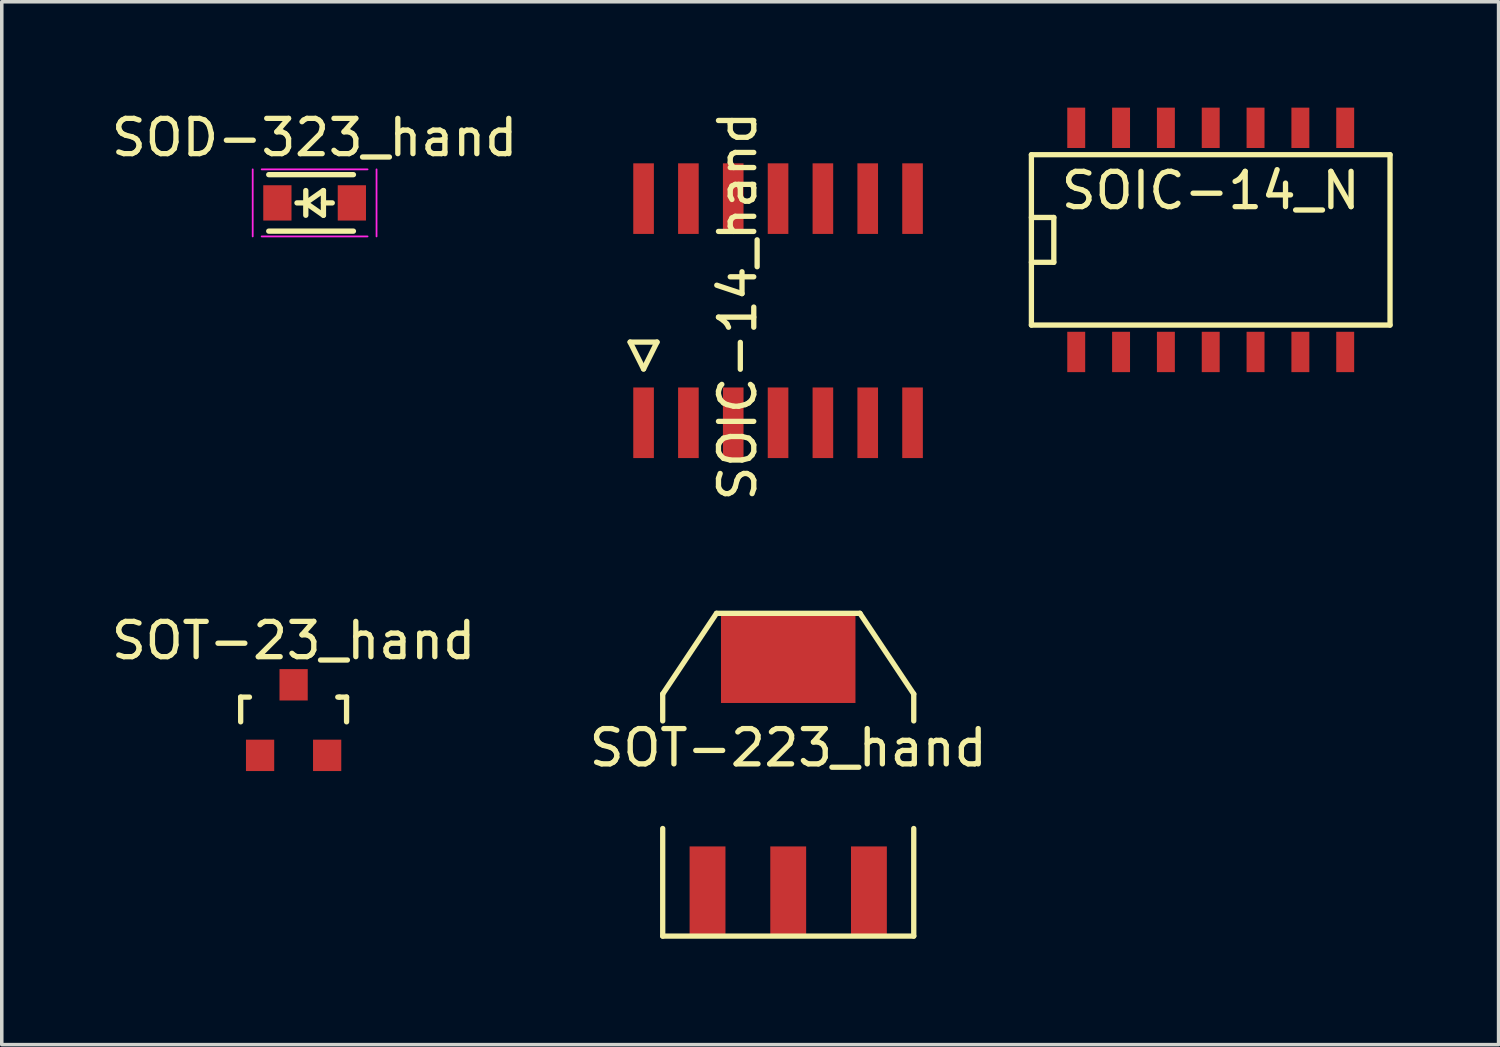
<source format=kicad_pcb>
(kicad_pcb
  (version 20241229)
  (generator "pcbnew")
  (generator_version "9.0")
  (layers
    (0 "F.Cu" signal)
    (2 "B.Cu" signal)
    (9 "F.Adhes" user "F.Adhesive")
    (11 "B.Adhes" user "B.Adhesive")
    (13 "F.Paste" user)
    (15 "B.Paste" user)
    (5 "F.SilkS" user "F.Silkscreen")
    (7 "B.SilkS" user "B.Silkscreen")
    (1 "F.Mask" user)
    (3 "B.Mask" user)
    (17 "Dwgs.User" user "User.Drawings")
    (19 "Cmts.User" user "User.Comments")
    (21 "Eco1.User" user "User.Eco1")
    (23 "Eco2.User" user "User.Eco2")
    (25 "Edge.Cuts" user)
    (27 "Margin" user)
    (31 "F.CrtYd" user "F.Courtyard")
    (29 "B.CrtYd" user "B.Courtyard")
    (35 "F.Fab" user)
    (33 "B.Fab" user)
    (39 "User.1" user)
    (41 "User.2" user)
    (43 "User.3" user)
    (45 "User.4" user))
  (footprint "SOIC-14_hand"
    (layer "F.Cu")
    (at 18.992 5.625)
    (property "Reference" "SOIC-14_hand" (at -1.143 0 270) (layer "F.SilkS") (effects (font (size 1 1) (thickness 0.15))))
    (attr smd)
    (fp_line (start -4.191 1.016) (end -3.429 1.016) (stroke (width 0.15) (type solid)) (layer "F.SilkS"))
    (fp_line (start -3.81 1.778) (end -4.191 1.016) (stroke (width 0.15) (type solid)) (layer "F.SilkS"))
    (fp_line (start -3.429 1.016) (end -3.81 1.778) (stroke (width 0.15) (type solid)) (layer "F.SilkS"))
    (pad "1" smd rect (at -3.81 3.302) (size 0.584 2) (layers "F.Cu" "F.Mask" "F.Paste"))
    (pad "2" smd rect (at -2.54 3.302) (size 0.584 2) (layers "F.Cu" "F.Mask" "F.Paste"))
    (pad "3" smd rect (at -1.27 3.302) (size 0.584 2) (layers "F.Cu" "F.Mask" "F.Paste"))
    (pad "4" smd rect (at 0 3.302) (size 0.584 2) (layers "F.Cu" "F.Mask" "F.Paste"))
    (pad "5" smd rect (at 1.27 3.302) (size 0.584 2) (layers "F.Cu" "F.Mask" "F.Paste"))
    (pad "6" smd rect (at 2.54 3.302) (size 0.584 2) (layers "F.Cu" "F.Mask" "F.Paste"))
    (pad "7" smd rect (at 3.81 3.302) (size 0.584 2) (layers "F.Cu" "F.Mask" "F.Paste"))
    (pad "8" smd rect (at 3.81 -3.048) (size 0.584 2) (layers "F.Cu" "F.Mask" "F.Paste"))
    (pad "9" smd rect (at 2.54 -3.048) (size 0.584 2) (layers "F.Cu" "F.Mask" "F.Paste"))
    (pad "10" smd rect (at 1.27 -3.048) (size 0.584 2) (layers "F.Cu" "F.Mask" "F.Paste"))
    (pad "11" smd rect (at 0 -3.048) (size 0.584 2) (layers "F.Cu" "F.Mask" "F.Paste"))
    (pad "12" smd rect (at -1.27 -3.048) (size 0.584 2) (layers "F.Cu" "F.Mask" "F.Paste"))
    (pad "13" smd rect (at -2.54 -3.048) (size 0.584 2) (layers "F.Cu" "F.Mask" "F.Paste"))
    (pad "14" smd rect (at -3.81 -3.048) (size 0.584 2) (layers "F.Cu" "F.Mask" "F.Paste")))
  (footprint "SOIC-14_N"
    (layer "F.Cu")
    (at 31.249 3.619)
    (property "Reference" "SOIC-14_N" (at 0 -1.27 0) (layer "F.SilkS") (effects (font (size 1 1) (thickness 0.15))))
    (attr smd)
    (fp_line (start -5.08 -2.286) (end 5.08 -2.286) (stroke (width 0.15) (type solid)) (layer "F.SilkS"))
    (fp_line (start -5.08 -0.508) (end -4.445 -0.508) (stroke (width 0.15) (type solid)) (layer "F.SilkS"))
    (fp_line (start -5.08 2.54) (end -5.08 -2.286) (stroke (width 0.15) (type solid)) (layer "F.SilkS"))
    (fp_line (start -4.445 -0.508) (end -4.445 0.762) (stroke (width 0.15) (type solid)) (layer "F.SilkS"))
    (fp_line (start -4.445 0.762) (end -5.08 0.762) (stroke (width 0.15) (type solid)) (layer "F.SilkS"))
    (fp_line (start 5.08 -2.286) (end 5.08 2.54) (stroke (width 0.15) (type solid)) (layer "F.SilkS"))
    (fp_line (start 5.08 2.54) (end -5.08 2.54) (stroke (width 0.15) (type solid)) (layer "F.SilkS"))
    (pad "1" smd rect (at -3.81 3.302) (size 0.508 1.143) (layers "F.Cu" "F.Mask" "F.Paste"))
    (pad "2" smd rect (at -2.54 3.302) (size 0.508 1.143) (layers "F.Cu" "F.Mask" "F.Paste"))
    (pad "3" smd rect (at -1.27 3.302) (size 0.508 1.143) (layers "F.Cu" "F.Mask" "F.Paste"))
    (pad "4" smd rect (at 0 3.302) (size 0.508 1.143) (layers "F.Cu" "F.Mask" "F.Paste"))
    (pad "5" smd rect (at 1.27 3.302) (size 0.508 1.143) (layers "F.Cu" "F.Mask" "F.Paste"))
    (pad "6" smd rect (at 2.54 3.302) (size 0.508 1.143) (layers "F.Cu" "F.Mask" "F.Paste"))
    (pad "7" smd rect (at 3.81 3.302) (size 0.508 1.143) (layers "F.Cu" "F.Mask" "F.Paste"))
    (pad "8" smd rect (at 3.81 -3.048) (size 0.508 1.143) (layers "F.Cu" "F.Mask" "F.Paste"))
    (pad "9" smd rect (at 2.54 -3.048) (size 0.508 1.143) (layers "F.Cu" "F.Mask" "F.Paste"))
    (pad "10" smd rect (at 1.27 -3.048) (size 0.508 1.143) (layers "F.Cu" "F.Mask" "F.Paste"))
    (pad "11" smd rect (at 0 -3.048) (size 0.508 1.143) (layers "F.Cu" "F.Mask" "F.Paste"))
    (pad "12" smd rect (at -1.27 -3.048) (size 0.508 1.143) (layers "F.Cu" "F.Mask" "F.Paste"))
    (pad "13" smd rect (at -2.54 -3.048) (size 0.508 1.143) (layers "F.Cu" "F.Mask" "F.Paste"))
    (pad "14" smd rect (at -3.81 -3.048) (size 0.508 1.143) (layers "F.Cu" "F.Mask" "F.Paste")))
  (footprint "SOT-223_hand"
    (layer "F.Cu")
    (at 19.28 18.897)
    (property "Reference" "SOT-223_hand" (at 0 -0.762 0) (layer "F.SilkS") (effects (font (size 1 1) (thickness 0.15))))
    (attr smd)
    (fp_line (start -3.556 -2.286) (end -2.032 -4.572) (stroke (width 0.15) (type solid)) (layer "F.SilkS"))
    (fp_line (start -3.556 -1.524) (end -3.556 -2.286) (stroke (width 0.15) (type solid)) (layer "F.SilkS"))
    (fp_line (start -3.556 1.524) (end -3.556 4.572) (stroke (width 0.15) (type solid)) (layer "F.SilkS"))
    (fp_line (start -3.556 4.572) (end 3.556 4.572) (stroke (width 0.15) (type solid)) (layer "F.SilkS"))
    (fp_line (start -2.032 -4.572) (end 2.032 -4.572) (stroke (width 0.15) (type solid)) (layer "F.SilkS"))
    (fp_line (start 2.032 -4.572) (end 3.556 -2.286) (stroke (width 0.15) (type solid)) (layer "F.SilkS"))
    (fp_line (start 3.556 -2.286) (end 3.556 -1.524) (stroke (width 0.15) (type solid)) (layer "F.SilkS"))
    (fp_line (start 3.556 4.572) (end 3.556 1.524) (stroke (width 0.15) (type solid)) (layer "F.SilkS"))
    (pad "1" smd rect (at -2.286 3.302) (size 1.016 2.54) (layers "F.Cu" "F.Mask" "F.Paste"))
    (pad "2" smd rect (at 0 -3.302) (size 3.81 2.54) (layers "F.Cu" "F.Mask" "F.Paste"))
    (pad "2" smd rect (at 0 3.302) (size 1.016 2.54) (layers "F.Cu" "F.Mask" "F.Paste"))
    (pad "3" smd rect (at 2.286 3.302) (size 1.016 2.54) (layers "F.Cu" "F.Mask" "F.Paste")))
  (footprint "SOD-323_hand"
    (layer "F.Cu")
    (at 5.863 2.698)
    (property "Reference" "SOD-323_hand" (at 0 -1.85 0) (layer "F.SilkS") (effects (font (size 1 1) (thickness 0.15))))
    (attr smd)
    (fp_line (start -1.3 -0.8) (end 1.1 -0.8) (stroke (width 0.15) (type solid)) (layer "F.SilkS"))
    (fp_line (start -1.3 0.8) (end 1.1 0.8) (stroke (width 0.15) (type solid)) (layer "F.SilkS"))
    (fp_line (start -0.25 -0.35) (end -0.25 0.35) (stroke (width 0.15) (type solid)) (layer "F.SilkS"))
    (fp_line (start -0.25 0) (end -0.5 0) (stroke (width 0.15) (type solid)) (layer "F.SilkS"))
    (fp_line (start -0.25 0) (end 0.25 -0.35) (stroke (width 0.15) (type solid)) (layer "F.SilkS"))
    (fp_line (start 0.25 -0.35) (end 0.25 0.35) (stroke (width 0.15) (type solid)) (layer "F.SilkS"))
    (fp_line (start 0.25 0) (end 0.5 0) (stroke (width 0.15) (type solid)) (layer "F.SilkS"))
    (fp_line (start 0.25 0.35) (end -0.25 0) (stroke (width 0.15) (type solid)) (layer "F.SilkS"))
    (fp_line (start -1.754 -0.95) (end -1.754 0.95) (stroke (width 0.05) (type solid)) (layer "F.CrtYd"))
    (fp_line (start -1.5 -0.95) (end 1.5 -0.95) (stroke (width 0.05) (type solid)) (layer "F.CrtYd"))
    (fp_line (start -1.5 0.95) (end 1.5 0.95) (stroke (width 0.05) (type solid)) (layer "F.CrtYd"))
    (fp_line (start 1.754 -0.95) (end 1.754 0.95) (stroke (width 0.05) (type solid)) (layer "F.CrtYd"))
    (pad "1" smd rect (at -1.055 0) (size 0.8 1) (layers "F.Cu" "F.Mask" "F.Paste"))
    (pad "2" smd rect (at 1.055 0) (size 0.8 1) (layers "F.Cu" "F.Mask" "F.Paste")))
  (footprint "SOT-23_hand"
    (layer "F.Cu")
    (at 5.268 17.348)
    (property "Reference" "SOT-23_hand" (at 0 -2.25 0) (layer "F.SilkS") (effects (font (size 1 1) (thickness 0.15))))
    (attr smd)
    (fp_line (start -1.5 -0.65) (end -1.251 -0.65) (stroke (width 0.15) (type solid)) (layer "F.SilkS"))
    (fp_line (start -1.5 0.051) (end -1.5 -0.65) (stroke (width 0.15) (type solid)) (layer "F.SilkS"))
    (fp_line (start 1.299 -0.65) (end 1.251 -0.65) (stroke (width 0.15) (type solid)) (layer "F.SilkS"))
    (fp_line (start 1.299 -0.65) (end 1.5 -0.65) (stroke (width 0.15) (type solid)) (layer "F.SilkS"))
    (fp_line (start 1.5 -0.65) (end 1.5 0.051) (stroke (width 0.15) (type solid)) (layer "F.SilkS"))
    (pad "1" smd rect (at -0.95 1.001) (size 0.8 0.889) (layers "F.Cu" "F.Mask" "F.Paste"))
    (pad "2" smd rect (at 0.95 1.001) (size 0.8 0.889) (layers "F.Cu" "F.Mask" "F.Paste"))
    (pad "3" smd rect (at 0 -0.998) (size 0.8 0.889) (layers "F.Cu" "F.Mask" "F.Paste")))
  (gr_rect
    (start -3 -3)
    (end 39.404 26.544)
    (stroke (width 0.1) (type default))
    (fill no)
    (layer "Edge.Cuts")))
</source>
